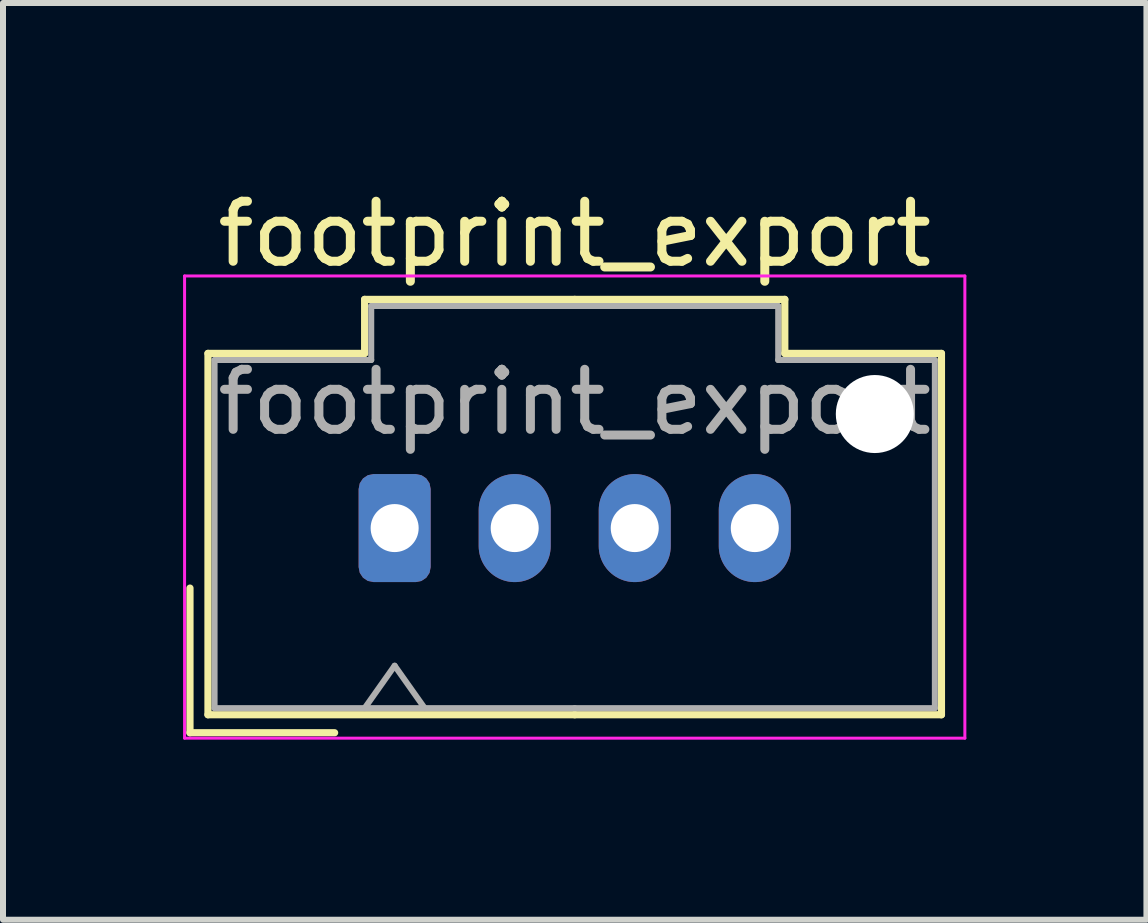
<source format=kicad_pcb>
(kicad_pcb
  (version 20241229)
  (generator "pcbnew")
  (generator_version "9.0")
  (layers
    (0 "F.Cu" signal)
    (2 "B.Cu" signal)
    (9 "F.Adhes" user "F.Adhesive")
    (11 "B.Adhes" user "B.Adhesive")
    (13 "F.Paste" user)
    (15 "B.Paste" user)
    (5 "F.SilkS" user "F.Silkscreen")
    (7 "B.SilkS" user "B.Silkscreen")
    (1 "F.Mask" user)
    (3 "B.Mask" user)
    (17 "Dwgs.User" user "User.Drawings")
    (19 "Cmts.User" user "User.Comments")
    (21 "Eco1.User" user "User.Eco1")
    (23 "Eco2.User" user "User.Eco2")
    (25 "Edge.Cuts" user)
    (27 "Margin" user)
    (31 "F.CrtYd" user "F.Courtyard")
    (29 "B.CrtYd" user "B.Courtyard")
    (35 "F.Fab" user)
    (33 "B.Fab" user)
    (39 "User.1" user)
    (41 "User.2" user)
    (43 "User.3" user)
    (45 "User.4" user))
  (footprint "footprint_export"
    (layer "F.Cu")
    (at 3.525 5.748)
    (property "Reference" "footprint_export" (at 3 -4.9 0) (layer "F.SilkS") (effects (font (size 1 1) (thickness 0.15))))
    (attr through_hole)
    (fp_line (start -3.41 1) (end -3.41 3.41) (stroke (width 0.12) (type solid)) (layer "F.SilkS"))
    (fp_line (start -3.41 3.41) (end -1 3.41) (stroke (width 0.12) (type solid)) (layer "F.SilkS"))
    (fp_line (start -3.11 -2.91) (end -3.11 3.11) (stroke (width 0.12) (type solid)) (layer "F.SilkS"))
    (fp_line (start -3.11 3.11) (end 3 3.11) (stroke (width 0.12) (type solid)) (layer "F.SilkS"))
    (fp_line (start -0.5 -3.81) (end -0.5 -2.91) (stroke (width 0.12) (type solid)) (layer "F.SilkS"))
    (fp_line (start -0.5 -2.91) (end -3.11 -2.91) (stroke (width 0.12) (type solid)) (layer "F.SilkS"))
    (fp_line (start 3 -3.81) (end -0.5 -3.81) (stroke (width 0.12) (type solid)) (layer "F.SilkS"))
    (fp_line (start 3 -3.81) (end 6.5 -3.81) (stroke (width 0.12) (type solid)) (layer "F.SilkS"))
    (fp_line (start 6.5 -3.81) (end 6.5 -2.91) (stroke (width 0.12) (type solid)) (layer "F.SilkS"))
    (fp_line (start 6.5 -2.91) (end 9.11 -2.91) (stroke (width 0.12) (type solid)) (layer "F.SilkS"))
    (fp_line (start 9.11 -2.91) (end 9.11 3.11) (stroke (width 0.12) (type solid)) (layer "F.SilkS"))
    (fp_line (start 9.11 3.11) (end 3 3.11) (stroke (width 0.12) (type solid)) (layer "F.SilkS"))
    (fp_line (start -3.5 -4.2) (end -3.5 3.5) (stroke (width 0.05) (type solid)) (layer "F.CrtYd"))
    (fp_line (start -3.5 3.5) (end 9.5 3.5) (stroke (width 0.05) (type solid)) (layer "F.CrtYd"))
    (fp_line (start 9.5 -4.2) (end -3.5 -4.2) (stroke (width 0.05) (type solid)) (layer "F.CrtYd"))
    (fp_line (start 9.5 3.5) (end 9.5 -4.2) (stroke (width 0.05) (type solid)) (layer "F.CrtYd"))
    (fp_line (start -3 -2.8) (end -3 3) (stroke (width 0.1) (type solid)) (layer "F.Fab"))
    (fp_line (start -3 3) (end 3 3) (stroke (width 0.1) (type solid)) (layer "F.Fab"))
    (fp_line (start -0.5 3) (end 0 2.293) (stroke (width 0.1) (type solid)) (layer "F.Fab"))
    (fp_line (start -0.39 -3.7) (end -0.39 -2.8) (stroke (width 0.1) (type solid)) (layer "F.Fab"))
    (fp_line (start -0.39 -2.8) (end -3 -2.8) (stroke (width 0.1) (type solid)) (layer "F.Fab"))
    (fp_line (start 0 2.293) (end 0.5 3) (stroke (width 0.1) (type solid)) (layer "F.Fab"))
    (fp_line (start 3 -3.7) (end -0.39 -3.7) (stroke (width 0.1) (type solid)) (layer "F.Fab"))
    (fp_line (start 3 -3.7) (end 6.39 -3.7) (stroke (width 0.1) (type solid)) (layer "F.Fab"))
    (fp_line (start 6.39 -3.7) (end 6.39 -2.8) (stroke (width 0.1) (type solid)) (layer "F.Fab"))
    (fp_line (start 6.39 -2.8) (end 9 -2.8) (stroke (width 0.1) (type solid)) (layer "F.Fab"))
    (fp_line (start 9 -2.8) (end 9 3) (stroke (width 0.1) (type solid)) (layer "F.Fab"))
    (fp_line (start 9 3) (end 3 3) (stroke (width 0.1) (type solid)) (layer "F.Fab"))
    (fp_text user "${REFERENCE}" (at 3 -2.1 0) (layer "F.Fab") (effects (font (size 1 1) (thickness 0.15))))
    (pad "" np_thru_hole circle (at 8 -1.9) (size 1.3 1.3) (drill 1.3) (layers "*.Cu" "*.Mask"))
    (pad "1" thru_hole roundrect (at 0 0) (size 1.2 1.8) (drill 0.8) (layers "*.Cu" "*.Mask") (roundrect_rratio 0.208))
    (pad "2" thru_hole oval (at 2 0) (size 1.2 1.8) (drill 0.8) (layers "*.Cu" "*.Mask"))
    (pad "3" thru_hole oval (at 4 0) (size 1.2 1.8) (drill 0.8) (layers "*.Cu" "*.Mask"))
    (pad "4" thru_hole oval (at 6 0) (size 1.2 1.8) (drill 0.8) (layers "*.Cu" "*.Mask")))
  (gr_rect
    (start -3 -3)
    (end 16.05 12.273)
    (stroke (width 0.1) (type default))
    (fill no)
    (layer "Edge.Cuts")))
</source>
